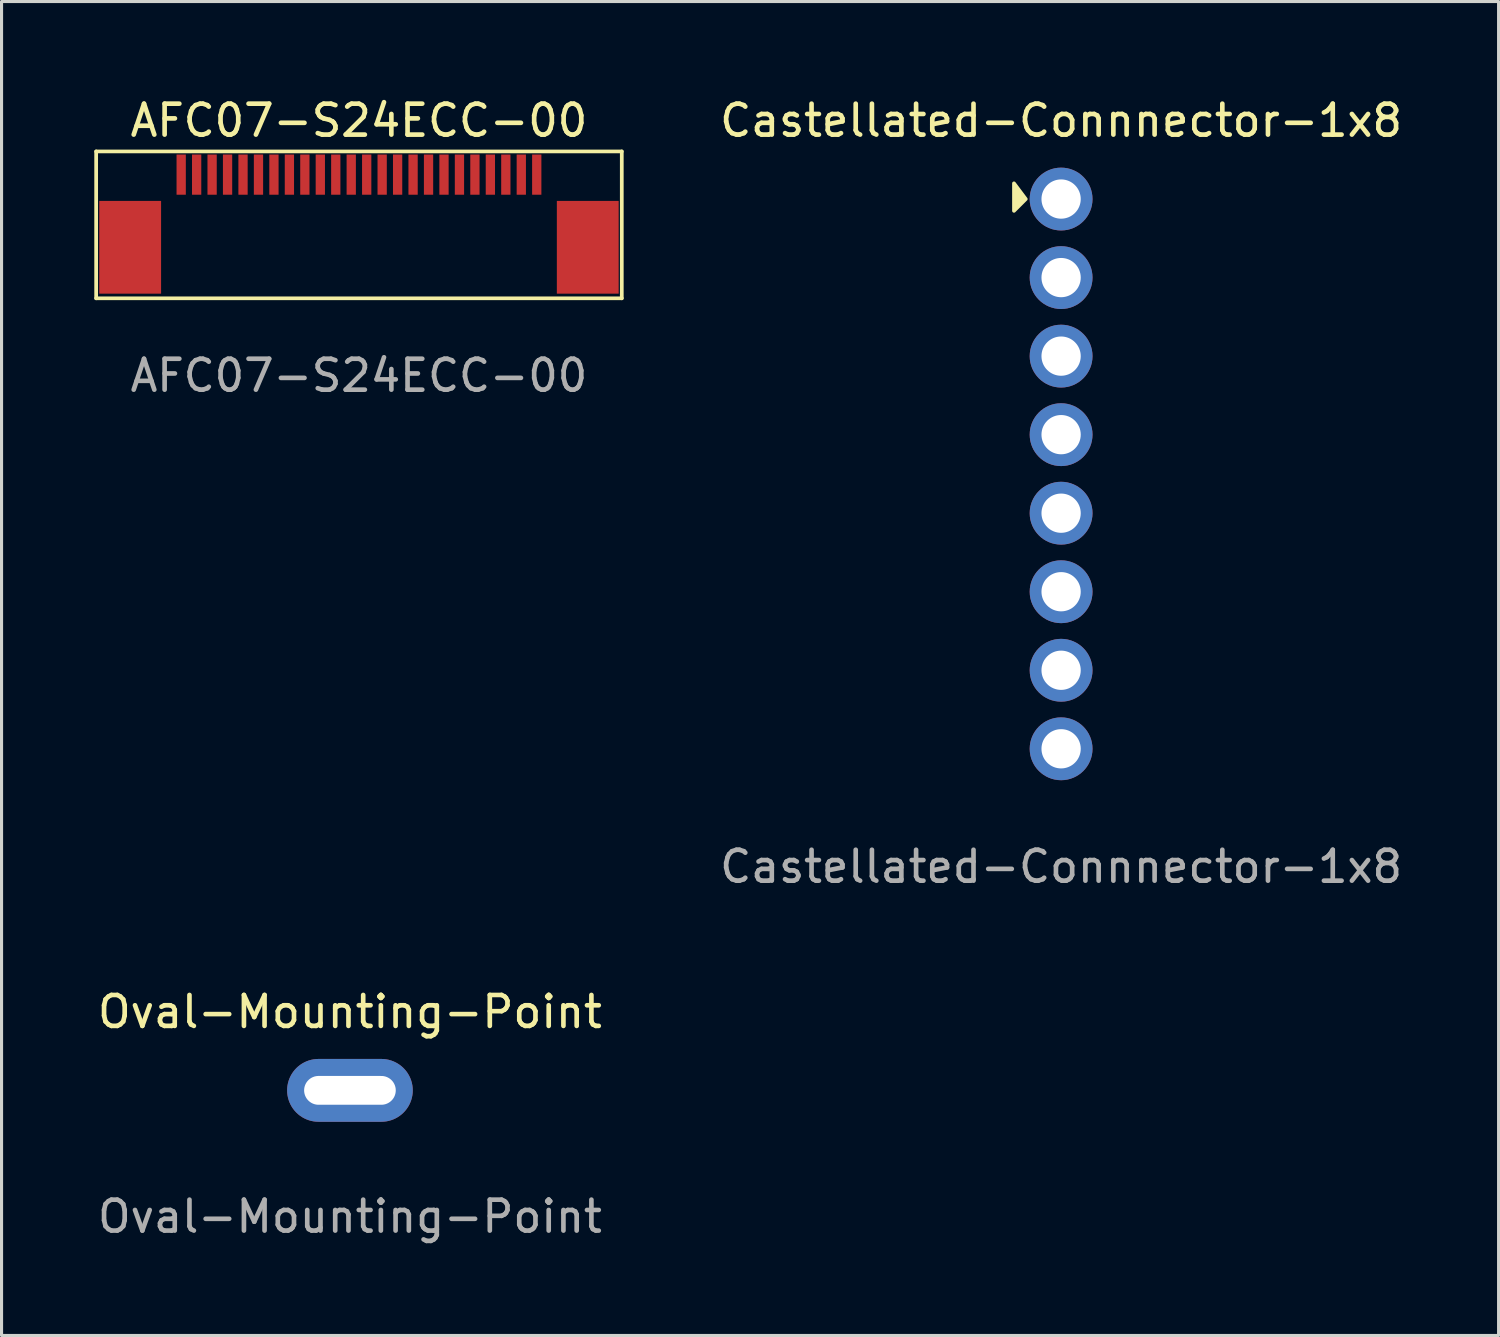
<source format=kicad_pcb>
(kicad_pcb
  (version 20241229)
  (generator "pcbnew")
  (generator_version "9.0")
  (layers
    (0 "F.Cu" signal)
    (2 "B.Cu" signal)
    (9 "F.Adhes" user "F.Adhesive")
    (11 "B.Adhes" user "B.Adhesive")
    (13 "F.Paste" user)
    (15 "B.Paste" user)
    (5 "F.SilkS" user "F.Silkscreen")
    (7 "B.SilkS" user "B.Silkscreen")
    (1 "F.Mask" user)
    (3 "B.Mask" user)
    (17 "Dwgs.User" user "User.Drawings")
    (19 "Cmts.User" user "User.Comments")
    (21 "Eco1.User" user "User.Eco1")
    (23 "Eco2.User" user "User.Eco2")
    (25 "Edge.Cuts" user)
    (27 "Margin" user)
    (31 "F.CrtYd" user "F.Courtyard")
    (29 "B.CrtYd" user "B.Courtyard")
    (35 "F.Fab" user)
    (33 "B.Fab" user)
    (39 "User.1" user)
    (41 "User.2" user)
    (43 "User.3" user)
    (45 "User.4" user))
  (footprint "Castellated-Connnector-1x8"
    (layer "F.Cu")
    (at 31.269 12.278)
    (property "Reference" "Castellated-Connnector-1x8" (at 0 -11.43 0) (unlocked yes) (layer "F.SilkS") (effects (font (size 1 1) (thickness 0.15))))
    (attr smd)
    (fp_poly (pts (xy -1.143 -8.89) (xy -1.524 -8.509) (xy -1.524 -9.398)) (stroke (width 0.12) (type solid)) (fill yes) (layer "F.SilkS"))
    (fp_text user "${REFERENCE}" (at 0 12.7 0) (unlocked yes) (layer "F.Fab") (effects (font (size 1 1) (thickness 0.15))))
    (pad "1" thru_hole circle (at 0 -8.89) (size 2.032 2.032) (drill 1.27) (layers "*.Cu" "*.Mask"))
    (pad "2" thru_hole circle (at 0 -6.35) (size 2.032 2.032) (drill 1.27) (layers "*.Cu" "*.Mask"))
    (pad "3" thru_hole circle (at 0 -3.81) (size 2.032 2.032) (drill 1.27) (layers "*.Cu" "*.Mask"))
    (pad "4" thru_hole circle (at 0 -1.27) (size 2.032 2.032) (drill 1.27) (layers "*.Cu" "*.Mask"))
    (pad "5" thru_hole circle (at 0 1.27) (size 2.032 2.032) (drill 1.27) (layers "*.Cu" "*.Mask"))
    (pad "6" thru_hole circle (at 0 3.81) (size 2.032 2.032) (drill 1.27) (layers "*.Cu" "*.Mask"))
    (pad "7" thru_hole circle (at 0 6.35) (size 2.032 2.032) (drill 1.27) (layers "*.Cu" "*.Mask"))
    (pad "8" thru_hole circle (at 0 8.89) (size 2.032 2.032) (drill 1.27) (layers "*.Cu" "*.Mask")))
  (footprint "Oval-Mounting-Point"
    (layer "F.Cu")
    (at 8.268 32.215)
    (property "Reference" "Oval-Mounting-Point" (at 0 -2.54 0) (unlocked yes) (layer "F.SilkS") (effects (font (size 1 1) (thickness 0.15))))
    (attr smd)
    (fp_text user "${REFERENCE}" (at 0 4.08 0) (unlocked yes) (layer "F.Fab") (effects (font (size 1 1) (thickness 0.15))))
    (pad "1" thru_hole oval (at 0 0) (size 4.064 2.032) (drill oval 2.964 0.932) (layers "*.Cu" "*.Mask")))
  (footprint "AFC07-S24ECC-00"
    (layer "F.Cu")
    (at 8.56 2.598)
    (property "Reference" "AFC07-S24ECC-00" (at 0 -1.75 0) (unlocked yes) (layer "F.SilkS") (effects (font (size 1 1) (thickness 0.15))))
    (attr smd)
    (fp_line (start -8.5 -0.75) (end -8.5 4) (stroke (width 0.12) (type solid)) (layer "F.SilkS"))
    (fp_line (start -8.5 4) (end 8.5 4) (stroke (width 0.12) (type solid)) (layer "F.SilkS"))
    (fp_line (start 8.5 -0.75) (end -8.5 -0.75) (stroke (width 0.12) (type solid)) (layer "F.SilkS"))
    (fp_line (start 8.5 4) (end 8.5 -0.75) (stroke (width 0.12) (type solid)) (layer "F.SilkS"))
    (fp_text user "${REFERENCE}" (at 0 6.5 0) (unlocked yes) (layer "F.Fab") (effects (font (size 1 1) (thickness 0.15))))
    (pad "" smd rect (at -7.4 2.35) (size 2 3) (layers "F.Cu" "F.Mask" "F.Paste"))
    (pad "" smd rect (at 7.4 2.35) (size 2 3) (layers "F.Cu" "F.Mask" "F.Paste"))
    (pad "1" smd rect (at 5.75 0) (size 0.3 1.3) (layers "F.Cu" "F.Mask" "F.Paste"))
    (pad "2" smd rect (at 5.25 0) (size 0.3 1.3) (layers "F.Cu" "F.Mask" "F.Paste"))
    (pad "3" smd rect (at 4.75 0) (size 0.3 1.3) (layers "F.Cu" "F.Mask" "F.Paste"))
    (pad "4" smd rect (at 4.25 0) (size 0.3 1.3) (layers "F.Cu" "F.Mask" "F.Paste"))
    (pad "5" smd rect (at 3.75 0) (size 0.3 1.3) (layers "F.Cu" "F.Mask" "F.Paste"))
    (pad "6" smd rect (at 3.25 0) (size 0.3 1.3) (layers "F.Cu" "F.Mask" "F.Paste"))
    (pad "7" smd rect (at 2.75 0) (size 0.3 1.3) (layers "F.Cu" "F.Mask" "F.Paste"))
    (pad "8" smd rect (at 2.25 0) (size 0.3 1.3) (layers "F.Cu" "F.Mask" "F.Paste"))
    (pad "9" smd rect (at 1.75 0) (size 0.3 1.3) (layers "F.Cu" "F.Mask" "F.Paste"))
    (pad "10" smd rect (at 1.25 0) (size 0.3 1.3) (layers "F.Cu" "F.Mask" "F.Paste"))
    (pad "11" smd rect (at 0.75 0) (size 0.3 1.3) (layers "F.Cu" "F.Mask" "F.Paste"))
    (pad "12" smd rect (at 0.25 0) (size 0.3 1.3) (layers "F.Cu" "F.Mask" "F.Paste"))
    (pad "13" smd rect (at -0.25 0) (size 0.3 1.3) (layers "F.Cu" "F.Mask" "F.Paste"))
    (pad "14" smd rect (at -0.75 0) (size 0.3 1.3) (layers "F.Cu" "F.Mask" "F.Paste"))
    (pad "15" smd rect (at -1.25 0) (size 0.3 1.3) (layers "F.Cu" "F.Mask" "F.Paste"))
    (pad "16" smd rect (at -1.75 0) (size 0.3 1.3) (layers "F.Cu" "F.Mask" "F.Paste"))
    (pad "17" smd rect (at -2.25 0) (size 0.3 1.3) (layers "F.Cu" "F.Mask" "F.Paste"))
    (pad "18" smd rect (at -2.75 0) (size 0.3 1.3) (layers "F.Cu" "F.Mask" "F.Paste"))
    (pad "19" smd rect (at -3.25 0) (size 0.3 1.3) (layers "F.Cu" "F.Mask" "F.Paste"))
    (pad "20" smd rect (at -3.75 0) (size 0.3 1.3) (layers "F.Cu" "F.Mask" "F.Paste"))
    (pad "21" smd rect (at -4.25 0) (size 0.3 1.3) (layers "F.Cu" "F.Mask" "F.Paste"))
    (pad "22" smd rect (at -4.75 0) (size 0.3 1.3) (layers "F.Cu" "F.Mask" "F.Paste"))
    (pad "23" smd rect (at -5.25 0) (size 0.3 1.3) (layers "F.Cu" "F.Mask" "F.Paste"))
    (pad "24" smd rect (at -5.75 0) (size 0.3 1.3) (layers "F.Cu" "F.Mask" "F.Paste")))
  (gr_rect
    (start -3 -3)
    (end 45.418 40.143)
    (stroke (width 0.1) (type default))
    (fill no)
    (layer "Edge.Cuts")))
</source>
